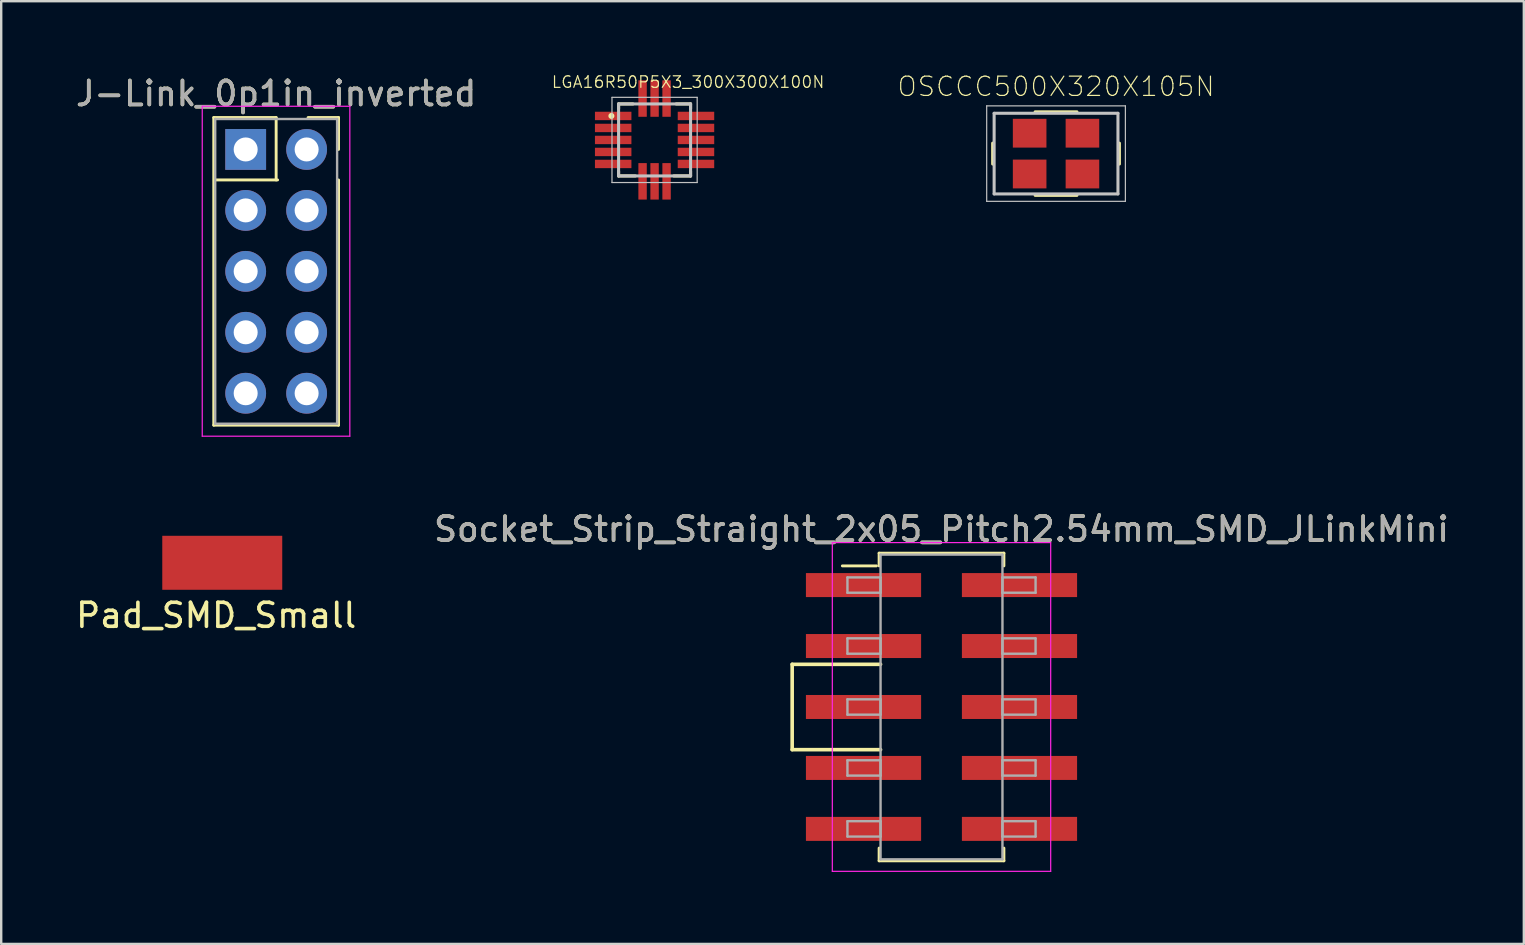
<source format=kicad_pcb>
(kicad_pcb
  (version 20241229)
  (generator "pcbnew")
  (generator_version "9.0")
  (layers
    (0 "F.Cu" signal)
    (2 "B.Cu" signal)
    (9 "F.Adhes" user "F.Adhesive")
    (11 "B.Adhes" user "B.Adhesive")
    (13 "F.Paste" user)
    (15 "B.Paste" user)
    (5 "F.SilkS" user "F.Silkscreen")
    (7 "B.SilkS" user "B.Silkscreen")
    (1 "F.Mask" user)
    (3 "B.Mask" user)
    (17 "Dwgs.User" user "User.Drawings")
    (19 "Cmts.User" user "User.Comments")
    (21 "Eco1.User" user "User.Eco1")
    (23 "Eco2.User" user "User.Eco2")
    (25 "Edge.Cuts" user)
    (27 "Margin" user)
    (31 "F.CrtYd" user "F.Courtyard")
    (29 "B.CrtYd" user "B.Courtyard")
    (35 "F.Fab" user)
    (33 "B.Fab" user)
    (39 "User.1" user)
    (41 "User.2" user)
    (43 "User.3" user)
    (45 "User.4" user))
  (footprint "Pad_SMD_Small"
    (layer "F.Cu")
    (at 6.212 18.403)
    (property "Reference" "Pad_SMD_Small" (at -0.254 4.191 0) (layer "F.SilkS") (effects (font (size 1 1) (thickness 0.15))))
    (attr through_hole)
    (pad "1" smd rect (at 0 2) (size 5 2.25) (layers "F.Cu" "F.Mask" "F.Paste")))
  (footprint "LGA16R50P5X3_300X300X100N"
    (layer "F.Cu")
    (at 24.228 2.782)
    (property "Reference" "LGA16R50P5X3_300X300X100N" (at 1.397 -2.413 0) (layer "F.SilkS") (effects (font (size 0.481 0.481) (thickness 0.05))))
    (attr smd)
    (fp_poly (pts (xy -1.535 -0.22) (xy -0.92 -0.22) (xy -0.92 0.221) (xy -1.535 0.221)) (stroke (width 0.381) (type solid)) (fill yes) (layer "F.Mask"))
    (fp_poly (pts (xy -1.535 -0.72) (xy -0.92 -0.72) (xy -0.92 -0.281) (xy -1.535 -0.281)) (stroke (width 0.381) (type solid)) (fill yes) (layer "F.Mask"))
    (fp_poly (pts (xy -1.535 -1.22) (xy -0.92 -1.22) (xy -0.92 -0.782) (xy -1.535 -0.782)) (stroke (width 0.381) (type solid)) (fill yes) (layer "F.Mask"))
    (fp_poly (pts (xy -1.533 0.78) (xy -0.92 0.78) (xy -0.92 1.222) (xy -1.533 1.222)) (stroke (width 0.381) (type solid)) (fill yes) (layer "F.Mask"))
    (fp_poly (pts (xy -1.533 0.28) (xy -0.92 0.28) (xy -0.92 0.721) (xy -1.533 0.721)) (stroke (width 0.381) (type solid)) (fill yes) (layer "F.Mask"))
    (fp_poly (pts (xy -0.722 1.532) (xy -0.722 0.921) (xy -0.279 0.921) (xy -0.279 1.532)) (stroke (width 0.381) (type solid)) (fill yes) (layer "F.Mask"))
    (fp_poly (pts (xy -0.281 -1.531) (xy -0.281 -0.92) (xy -0.72 -0.92) (xy -0.72 -1.531)) (stroke (width 0.381) (type solid)) (fill yes) (layer "F.Mask"))
    (fp_poly (pts (xy -0.221 1.531) (xy -0.221 0.921) (xy 0.221 0.921) (xy 0.221 1.531)) (stroke (width 0.381) (type solid)) (fill yes) (layer "F.Mask"))
    (fp_poly (pts (xy 0.219 -1.531) (xy 0.219 -0.92) (xy -0.22 -0.92) (xy -0.22 -1.531)) (stroke (width 0.381) (type solid)) (fill yes) (layer "F.Mask"))
    (fp_poly (pts (xy 0.279 1.531) (xy 0.279 0.922) (xy 0.722 0.922) (xy 0.722 1.531)) (stroke (width 0.381) (type solid)) (fill yes) (layer "F.Mask"))
    (fp_poly (pts (xy 0.72 -1.53) (xy 0.72 -0.92) (xy 0.28 -0.92) (xy 0.28 -1.53)) (stroke (width 0.381) (type solid)) (fill yes) (layer "F.Mask"))
    (fp_poly (pts (xy 1.53 -0.781) (xy 0.921 -0.781) (xy 0.921 -1.22) (xy 1.53 -1.22)) (stroke (width 0.381) (type solid)) (fill yes) (layer "F.Mask"))
    (fp_poly (pts (xy 1.53 -0.28) (xy 0.921 -0.28) (xy 0.921 -0.72) (xy 1.53 -0.72)) (stroke (width 0.381) (type solid)) (fill yes) (layer "F.Mask"))
    (fp_poly (pts (xy 1.53 0.221) (xy 0.922 0.221) (xy 0.922 -0.22) (xy 1.53 -0.22)) (stroke (width 0.381) (type solid)) (fill yes) (layer "F.Mask"))
    (fp_poly (pts (xy 1.53 0.72) (xy 0.921 0.72) (xy 0.921 0.28) (xy 1.53 0.28)) (stroke (width 0.381) (type solid)) (fill yes) (layer "F.Mask"))
    (fp_poly (pts (xy 1.53 1.224) (xy 0.923 1.224) (xy 0.923 0.78) (xy 1.53 0.78)) (stroke (width 0.381) (type solid)) (fill yes) (layer "F.Mask"))
    (fp_line (start -1.5 -1.3) (end -1.5 -1.5) (stroke (width 0.127) (type solid)) (layer "F.SilkS"))
    (fp_line (start -1.5 1.3) (end -1.5 1.5) (stroke (width 0.127) (type solid)) (layer "F.SilkS"))
    (fp_line (start -1.5 1.5) (end -0.8 1.5) (stroke (width 0.127) (type solid)) (layer "F.SilkS"))
    (fp_line (start -0.9 -1.5) (end -1.5 -1.5) (stroke (width 0.127) (type solid)) (layer "F.SilkS"))
    (fp_line (start 0.8 1.5) (end 1.5 1.5) (stroke (width 0.127) (type solid)) (layer "F.SilkS"))
    (fp_line (start 0.9 -1.5) (end 1.5 -1.5) (stroke (width 0.127) (type solid)) (layer "F.SilkS"))
    (fp_line (start 1.5 -1.5) (end 1.5 -1.3) (stroke (width 0.127) (type solid)) (layer "F.SilkS"))
    (fp_line (start 1.5 1.5) (end 1.5 1.3) (stroke (width 0.127) (type solid)) (layer "F.SilkS"))
    (fp_circle (center -1.8 -1) (end -1.674 -1) (stroke (width 0) (type solid)) (fill yes) (layer "F.SilkS"))
    (fp_line (start -1.775 -1.775) (end -1.775 1.775) (stroke (width 0.05) (type solid)) (layer "Dwgs.User"))
    (fp_line (start -1.775 1.775) (end 1.775 1.775) (stroke (width 0.05) (type solid)) (layer "Dwgs.User"))
    (fp_line (start -1.5 -1.5) (end -1.5 1.5) (stroke (width 0.127) (type solid)) (layer "Dwgs.User"))
    (fp_line (start -1.5 1.5) (end 1.5 1.5) (stroke (width 0.127) (type solid)) (layer "Dwgs.User"))
    (fp_line (start 1.5 -1.5) (end -1.5 -1.5) (stroke (width 0.127) (type solid)) (layer "Dwgs.User"))
    (fp_line (start 1.5 1.5) (end 1.5 -1.5) (stroke (width 0.127) (type solid)) (layer "Dwgs.User"))
    (fp_line (start 1.775 -1.775) (end -1.775 -1.775) (stroke (width 0.05) (type solid)) (layer "Dwgs.User"))
    (fp_line (start 1.775 1.775) (end 1.775 -1.775) (stroke (width 0.05) (type solid)) (layer "Dwgs.User"))
    (pad "1" smd rect (at -1.725 -1 180) (size 1.52 0.35) (layers "F.Cu" "F.Mask" "F.Paste"))
    (pad "2" smd rect (at -1.725 -0.5 180) (size 1.52 0.35) (layers "F.Cu" "F.Mask" "F.Paste"))
    (pad "3" smd rect (at -1.725 0 180) (size 1.52 0.35) (layers "F.Cu" "F.Mask" "F.Paste"))
    (pad "4" smd rect (at -1.725 0.5 180) (size 1.52 0.35) (layers "F.Cu" "F.Mask" "F.Paste"))
    (pad "5" smd rect (at -1.725 1 180) (size 1.52 0.35) (layers "F.Cu" "F.Mask" "F.Paste"))
    (pad "6" smd rect (at -0.5 1.725 90) (size 1.52 0.35) (layers "F.Cu" "F.Mask" "F.Paste"))
    (pad "7" smd rect (at 0 1.725 90) (size 1.52 0.35) (layers "F.Cu" "F.Mask" "F.Paste"))
    (pad "8" smd rect (at 0.5 1.725 90) (size 1.52 0.35) (layers "F.Cu" "F.Mask" "F.Paste"))
    (pad "9" smd rect (at 1.725 1) (size 1.52 0.35) (layers "F.Cu" "F.Mask" "F.Paste"))
    (pad "10" smd rect (at 1.725 0.5) (size 1.52 0.35) (layers "F.Cu" "F.Mask" "F.Paste"))
    (pad "11" smd rect (at 1.725 0) (size 1.52 0.35) (layers "F.Cu" "F.Mask" "F.Paste"))
    (pad "12" smd rect (at 1.725 -0.5) (size 1.52 0.35) (layers "F.Cu" "F.Mask" "F.Paste"))
    (pad "13" smd rect (at 1.725 -1) (size 1.52 0.35) (layers "F.Cu" "F.Mask" "F.Paste"))
    (pad "14" smd rect (at 0.5 -1.725 90) (size 1.52 0.35) (layers "F.Cu" "F.Mask" "F.Paste"))
    (pad "15" smd rect (at 0 -1.725 90) (size 1.52 0.35) (layers "F.Cu" "F.Mask" "F.Paste"))
    (pad "16" smd rect (at -0.5 -1.725 90) (size 1.52 0.35) (layers "F.Cu" "F.Mask" "F.Paste")))
  (footprint "Socket_Strip_Straight_2x05_Pitch2.54mm_SMD_JLinkMini"
    (layer "F.Cu")
    (at 36.185 26.412)
    (property "Reference" "Socket_Strip_Straight_2x05_Pitch2.54mm_SMD_JLinkMini" (at 0 -7.41 0) (layer "F.SilkS") (effects (font (size 1 1) (thickness 0.15))))
    (attr smd)
    (fp_line (start -6.223 -1.778) (end -6.223 1.778) (stroke (width 0.15) (type solid)) (layer "F.SilkS"))
    (fp_line (start -6.223 1.778) (end -2.54 1.778) (stroke (width 0.15) (type solid)) (layer "F.SilkS"))
    (fp_line (start -2.711 -5.88) (end -4.131 -5.88) (stroke (width 0.12) (type solid)) (layer "F.SilkS"))
    (fp_line (start -2.6 -6.41) (end 2.6 -6.41) (stroke (width 0.12) (type solid)) (layer "F.SilkS"))
    (fp_line (start -2.6 -5.88) (end -2.6 -6.41) (stroke (width 0.12) (type solid)) (layer "F.SilkS"))
    (fp_line (start -2.6 5.88) (end -2.6 6.41) (stroke (width 0.12) (type solid)) (layer "F.SilkS"))
    (fp_line (start -2.6 6.41) (end 2.6 6.41) (stroke (width 0.12) (type solid)) (layer "F.SilkS"))
    (fp_line (start -2.54 -1.778) (end -6.223 -1.778) (stroke (width 0.15) (type solid)) (layer "F.SilkS"))
    (fp_line (start 2.6 -6.41) (end 2.6 -5.88) (stroke (width 0.12) (type solid)) (layer "F.SilkS"))
    (fp_line (start 2.6 6.41) (end 2.6 5.88) (stroke (width 0.12) (type solid)) (layer "F.SilkS"))
    (fp_line (start -4.55 -6.85) (end -4.55 6.85) (stroke (width 0.05) (type solid)) (layer "F.CrtYd"))
    (fp_line (start -4.55 6.85) (end 4.55 6.85) (stroke (width 0.05) (type solid)) (layer "F.CrtYd"))
    (fp_line (start 4.55 -6.85) (end -4.55 -6.85) (stroke (width 0.05) (type solid)) (layer "F.CrtYd"))
    (fp_line (start 4.55 6.85) (end 4.55 -6.85) (stroke (width 0.05) (type solid)) (layer "F.CrtYd"))
    (fp_line (start -3.92 -5.4) (end -2.54 -5.4) (stroke (width 0.1) (type solid)) (layer "F.Fab"))
    (fp_line (start -3.92 -4.76) (end -3.92 -5.4) (stroke (width 0.1) (type solid)) (layer "F.Fab"))
    (fp_line (start -3.92 -2.86) (end -2.54 -2.86) (stroke (width 0.1) (type solid)) (layer "F.Fab"))
    (fp_line (start -3.92 -2.22) (end -3.92 -2.86) (stroke (width 0.1) (type solid)) (layer "F.Fab"))
    (fp_line (start -3.92 -0.32) (end -2.54 -0.32) (stroke (width 0.1) (type solid)) (layer "F.Fab"))
    (fp_line (start -3.92 0.32) (end -3.92 -0.32) (stroke (width 0.1) (type solid)) (layer "F.Fab"))
    (fp_line (start -3.92 2.22) (end -2.54 2.22) (stroke (width 0.1) (type solid)) (layer "F.Fab"))
    (fp_line (start -3.92 2.86) (end -3.92 2.22) (stroke (width 0.1) (type solid)) (layer "F.Fab"))
    (fp_line (start -3.92 4.76) (end -2.54 4.76) (stroke (width 0.1) (type solid)) (layer "F.Fab"))
    (fp_line (start -3.92 5.4) (end -3.92 4.76) (stroke (width 0.1) (type solid)) (layer "F.Fab"))
    (fp_line (start -2.54 -6.35) (end -2.54 6.35) (stroke (width 0.1) (type solid)) (layer "F.Fab"))
    (fp_line (start -2.54 -5.4) (end -2.54 -4.76) (stroke (width 0.1) (type solid)) (layer "F.Fab"))
    (fp_line (start -2.54 -4.76) (end -3.92 -4.76) (stroke (width 0.1) (type solid)) (layer "F.Fab"))
    (fp_line (start -2.54 -2.86) (end -2.54 -2.22) (stroke (width 0.1) (type solid)) (layer "F.Fab"))
    (fp_line (start -2.54 -2.22) (end -3.92 -2.22) (stroke (width 0.1) (type solid)) (layer "F.Fab"))
    (fp_line (start -2.54 -0.32) (end -2.54 0.32) (stroke (width 0.1) (type solid)) (layer "F.Fab"))
    (fp_line (start -2.54 0.32) (end -3.92 0.32) (stroke (width 0.1) (type solid)) (layer "F.Fab"))
    (fp_line (start -2.54 2.22) (end -2.54 2.86) (stroke (width 0.1) (type solid)) (layer "F.Fab"))
    (fp_line (start -2.54 2.86) (end -3.92 2.86) (stroke (width 0.1) (type solid)) (layer "F.Fab"))
    (fp_line (start -2.54 4.76) (end -2.54 5.4) (stroke (width 0.1) (type solid)) (layer "F.Fab"))
    (fp_line (start -2.54 5.4) (end -3.92 5.4) (stroke (width 0.1) (type solid)) (layer "F.Fab"))
    (fp_line (start -2.54 6.35) (end 2.54 6.35) (stroke (width 0.1) (type solid)) (layer "F.Fab"))
    (fp_line (start 2.54 -6.35) (end -2.54 -6.35) (stroke (width 0.1) (type solid)) (layer "F.Fab"))
    (fp_line (start 2.54 -5.4) (end 2.54 -4.76) (stroke (width 0.1) (type solid)) (layer "F.Fab"))
    (fp_line (start 2.54 -4.76) (end 3.92 -4.76) (stroke (width 0.1) (type solid)) (layer "F.Fab"))
    (fp_line (start 2.54 -2.86) (end 2.54 -2.22) (stroke (width 0.1) (type solid)) (layer "F.Fab"))
    (fp_line (start 2.54 -2.22) (end 3.92 -2.22) (stroke (width 0.1) (type solid)) (layer "F.Fab"))
    (fp_line (start 2.54 -0.32) (end 2.54 0.32) (stroke (width 0.1) (type solid)) (layer "F.Fab"))
    (fp_line (start 2.54 0.32) (end 3.92 0.32) (stroke (width 0.1) (type solid)) (layer "F.Fab"))
    (fp_line (start 2.54 2.22) (end 2.54 2.86) (stroke (width 0.1) (type solid)) (layer "F.Fab"))
    (fp_line (start 2.54 2.86) (end 3.92 2.86) (stroke (width 0.1) (type solid)) (layer "F.Fab"))
    (fp_line (start 2.54 4.76) (end 2.54 5.4) (stroke (width 0.1) (type solid)) (layer "F.Fab"))
    (fp_line (start 2.54 5.4) (end 3.92 5.4) (stroke (width 0.1) (type solid)) (layer "F.Fab"))
    (fp_line (start 2.54 6.35) (end 2.54 -6.35) (stroke (width 0.1) (type solid)) (layer "F.Fab"))
    (fp_line (start 3.92 -5.4) (end 2.54 -5.4) (stroke (width 0.1) (type solid)) (layer "F.Fab"))
    (fp_line (start 3.92 -4.76) (end 3.92 -5.4) (stroke (width 0.1) (type solid)) (layer "F.Fab"))
    (fp_line (start 3.92 -2.86) (end 2.54 -2.86) (stroke (width 0.1) (type solid)) (layer "F.Fab"))
    (fp_line (start 3.92 -2.22) (end 3.92 -2.86) (stroke (width 0.1) (type solid)) (layer "F.Fab"))
    (fp_line (start 3.92 -0.32) (end 2.54 -0.32) (stroke (width 0.1) (type solid)) (layer "F.Fab"))
    (fp_line (start 3.92 0.32) (end 3.92 -0.32) (stroke (width 0.1) (type solid)) (layer "F.Fab"))
    (fp_line (start 3.92 2.22) (end 2.54 2.22) (stroke (width 0.1) (type solid)) (layer "F.Fab"))
    (fp_line (start 3.92 2.86) (end 3.92 2.22) (stroke (width 0.1) (type solid)) (layer "F.Fab"))
    (fp_line (start 3.92 4.76) (end 2.54 4.76) (stroke (width 0.1) (type solid)) (layer "F.Fab"))
    (fp_line (start 3.92 5.4) (end 3.92 4.76) (stroke (width 0.1) (type solid)) (layer "F.Fab"))
    (fp_text user "${REFERENCE}" (at 0 -7.41 0) (layer "F.Fab") (effects (font (size 1 1) (thickness 0.15))))
    (pad "1" smd rect (at -3.25 -5.08) (size 4.8 1) (layers "F.Cu" "F.Mask" "F.Paste"))
    (pad "2" smd rect (at 3.25 -5.08) (size 4.8 1) (layers "F.Cu" "F.Mask" "F.Paste"))
    (pad "3" smd rect (at -3.25 -2.54) (size 4.8 1) (layers "F.Cu" "F.Mask" "F.Paste"))
    (pad "4" smd rect (at 3.25 -2.54) (size 4.8 1) (layers "F.Cu" "F.Mask" "F.Paste"))
    (pad "5" smd rect (at -3.25 0) (size 4.8 1) (layers "F.Cu" "F.Mask" "F.Paste"))
    (pad "6" smd rect (at 3.25 0) (size 4.8 1) (layers "F.Cu" "F.Mask" "F.Paste"))
    (pad "7" smd rect (at -3.25 2.54) (size 4.8 1) (layers "F.Cu" "F.Mask" "F.Paste"))
    (pad "8" smd rect (at 3.25 2.54) (size 4.8 1) (layers "F.Cu" "F.Mask" "F.Paste"))
    (pad "9" smd rect (at -3.25 5.08) (size 4.8 1) (layers "F.Cu" "F.Mask" "F.Paste"))
    (pad "10" smd rect (at 3.25 5.08) (size 4.8 1) (layers "F.Cu" "F.Mask" "F.Paste")))
  (footprint "J-Link_0p1in_inverted"
    (layer "F.Cu")
    (at 9.728 3.178)
    (property "Reference" "J-Link_0p1in_inverted" (at -1.27 -2.33 0) (layer "F.SilkS") (effects (font (size 1 1) (thickness 0.15))))
    (attr through_hole)
    (fp_line (start -3.87 -1.33) (end -1.27 -1.33) (stroke (width 0.12) (type solid)) (layer "F.SilkS"))
    (fp_line (start -3.87 11.49) (end -3.87 -1.33) (stroke (width 0.12) (type solid)) (layer "F.SilkS"))
    (fp_line (start -3.81 1.27) (end -1.21 1.27) (stroke (width 0.12) (type solid)) (layer "F.SilkS"))
    (fp_line (start -1.27 -1.33) (end -1.27 1.27) (stroke (width 0.12) (type solid)) (layer "F.SilkS"))
    (fp_line (start 1.33 -1.33) (end 0.06 -1.33) (stroke (width 0.12) (type solid)) (layer "F.SilkS"))
    (fp_line (start 1.33 0) (end 1.33 -1.33) (stroke (width 0.12) (type solid)) (layer "F.SilkS"))
    (fp_line (start 1.33 1.27) (end 1.33 11.49) (stroke (width 0.12) (type solid)) (layer "F.SilkS"))
    (fp_line (start 1.33 11.49) (end -3.87 11.49) (stroke (width 0.12) (type solid)) (layer "F.SilkS"))
    (fp_line (start -4.35 -1.8) (end -4.35 11.95) (stroke (width 0.05) (type solid)) (layer "F.CrtYd"))
    (fp_line (start -4.35 11.95) (end 1.8 11.95) (stroke (width 0.05) (type solid)) (layer "F.CrtYd"))
    (fp_line (start 1.8 -1.8) (end -4.35 -1.8) (stroke (width 0.05) (type solid)) (layer "F.CrtYd"))
    (fp_line (start 1.8 11.95) (end 1.8 -1.8) (stroke (width 0.05) (type solid)) (layer "F.CrtYd"))
    (fp_line (start -3.81 -1.27) (end -3.81 11.43) (stroke (width 0.1) (type solid)) (layer "F.Fab"))
    (fp_line (start -3.81 11.43) (end 1.27 11.43) (stroke (width 0.1) (type solid)) (layer "F.Fab"))
    (fp_line (start 1.27 -1.27) (end -3.81 -1.27) (stroke (width 0.1) (type solid)) (layer "F.Fab"))
    (fp_line (start 1.27 11.43) (end 1.27 -1.27) (stroke (width 0.1) (type solid)) (layer "F.Fab"))
    (fp_text user "${REFERENCE}" (at -1.27 -2.33 0) (layer "F.Fab") (effects (font (size 1 1) (thickness 0.15))))
    (pad "1" thru_hole rect (at -2.54 0) (size 1.7 1.7) (drill 1) (layers "*.Cu" "*.Mask"))
    (pad "2" thru_hole circle (at 0 0) (size 1.7 1.7) (drill 1) (layers "*.Cu" "*.Mask"))
    (pad "3" thru_hole oval (at -2.54 2.54) (size 1.7 1.7) (drill 1) (layers "*.Cu" "*.Mask"))
    (pad "4" thru_hole oval (at 0 2.54) (size 1.7 1.7) (drill 1) (layers "*.Cu" "*.Mask"))
    (pad "5" thru_hole oval (at -2.54 5.08) (size 1.7 1.7) (drill 1) (layers "*.Cu" "*.Mask"))
    (pad "6" thru_hole oval (at 0 5.08) (size 1.7 1.7) (drill 1) (layers "*.Cu" "*.Mask"))
    (pad "7" thru_hole oval (at -2.54 7.62) (size 1.7 1.7) (drill 1) (layers "*.Cu" "*.Mask"))
    (pad "8" thru_hole oval (at 0 7.62) (size 1.7 1.7) (drill 1) (layers "*.Cu" "*.Mask"))
    (pad "9" thru_hole oval (at -2.54 10.16) (size 1.7 1.7) (drill 1) (layers "*.Cu" "*.Mask"))
    (pad "10" thru_hole oval (at 0 10.16) (size 1.7 1.7) (drill 1) (layers "*.Cu" "*.Mask")))
  (footprint "OSCCC500X320X105N"
    (layer "F.Cu")
    (at 40.958 3.351)
    (property "Reference" "OSCCC500X320X105N" (at 0 -2.794 0) (layer "F.SilkS") (effects (font (size 0.802 0.802) (thickness 0.05))))
    (attr smd)
    (fp_line (start -2.64 -0.435) (end -2.64 0.435) (stroke (width 0.127) (type solid)) (layer "F.SilkS"))
    (fp_line (start -0.87 -1.74) (end 0.87 -1.74) (stroke (width 0.127) (type solid)) (layer "F.SilkS"))
    (fp_line (start -0.87 1.74) (end 0.87 1.74) (stroke (width 0.127) (type solid)) (layer "F.SilkS"))
    (fp_line (start 2.64 -0.435) (end 2.64 0.435) (stroke (width 0.127) (type solid)) (layer "F.SilkS"))
    (fp_line (start -2.89 -1.99) (end -2.89 1.99) (stroke (width 0.05) (type solid)) (layer "Dwgs.User"))
    (fp_line (start -2.89 1.99) (end 2.89 1.99) (stroke (width 0.05) (type solid)) (layer "Dwgs.User"))
    (fp_line (start -2.58 -1.68) (end 2.58 -1.68) (stroke (width 0.127) (type solid)) (layer "Dwgs.User"))
    (fp_line (start -2.58 1.68) (end -2.58 -1.68) (stroke (width 0.127) (type solid)) (layer "Dwgs.User"))
    (fp_line (start 2.58 -1.68) (end 2.58 1.68) (stroke (width 0.127) (type solid)) (layer "Dwgs.User"))
    (fp_line (start 2.58 1.68) (end -2.58 1.68) (stroke (width 0.127) (type solid)) (layer "Dwgs.User"))
    (fp_line (start 2.89 -1.99) (end -2.89 -1.99) (stroke (width 0.05) (type solid)) (layer "Dwgs.User"))
    (fp_line (start 2.89 1.99) (end 2.89 -1.99) (stroke (width 0.05) (type solid)) (layer "Dwgs.User"))
    (pad "1" smd rect (at -1.1 0.85) (size 1.4 1.2) (layers "F.Cu" "F.Mask" "F.Paste"))
    (pad "2" smd rect (at 1.1 0.85) (size 1.4 1.2) (layers "F.Cu" "F.Mask" "F.Paste"))
    (pad "3" smd rect (at 1.1 -0.85) (size 1.4 1.2) (layers "F.Cu" "F.Mask" "F.Paste"))
    (pad "4" smd rect (at -1.1 -0.85) (size 1.4 1.2) (layers "F.Cu" "F.Mask" "F.Paste")))
  (gr_rect
    (start -3 -3)
    (end 60.452 36.286)
    (stroke (width 0.1) (type default))
    (fill no)
    (layer "Edge.Cuts")))
</source>
